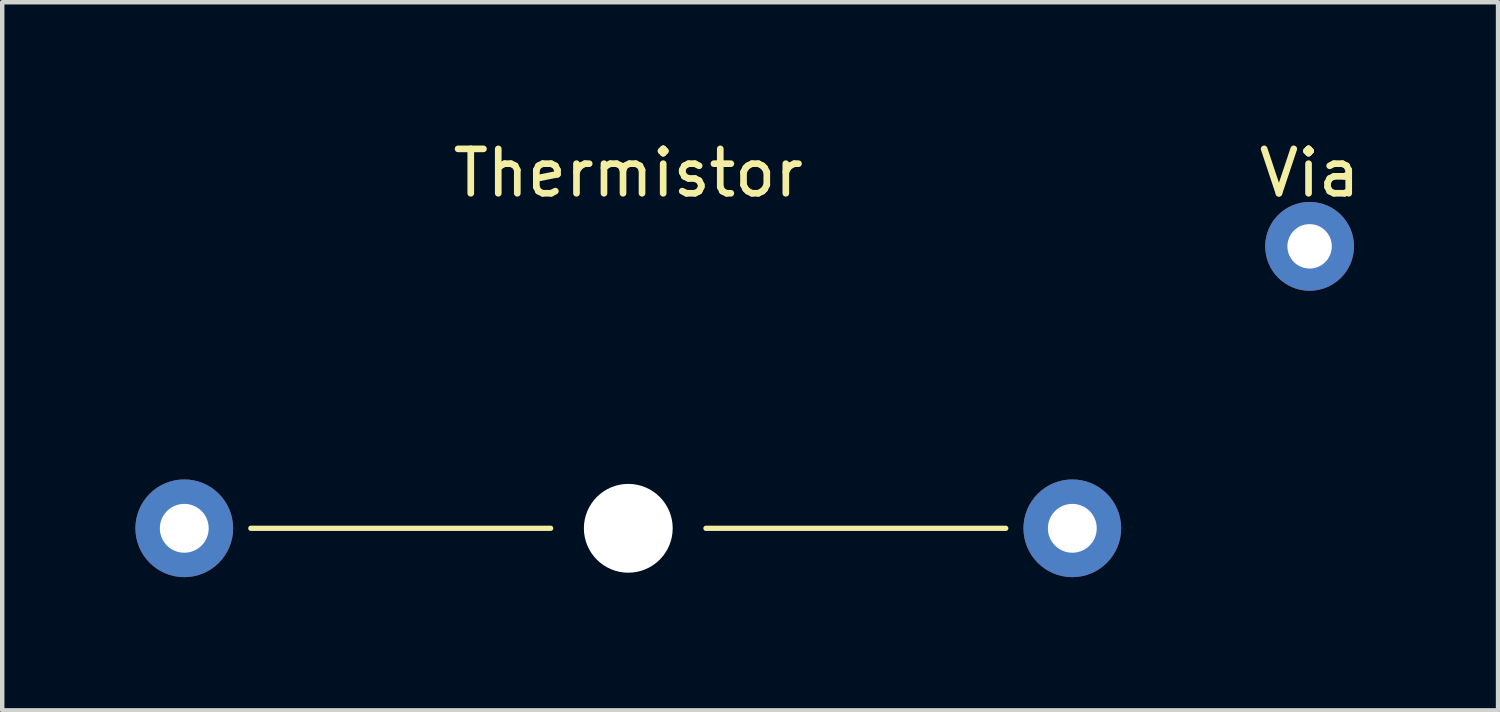
<source format=kicad_pcb>
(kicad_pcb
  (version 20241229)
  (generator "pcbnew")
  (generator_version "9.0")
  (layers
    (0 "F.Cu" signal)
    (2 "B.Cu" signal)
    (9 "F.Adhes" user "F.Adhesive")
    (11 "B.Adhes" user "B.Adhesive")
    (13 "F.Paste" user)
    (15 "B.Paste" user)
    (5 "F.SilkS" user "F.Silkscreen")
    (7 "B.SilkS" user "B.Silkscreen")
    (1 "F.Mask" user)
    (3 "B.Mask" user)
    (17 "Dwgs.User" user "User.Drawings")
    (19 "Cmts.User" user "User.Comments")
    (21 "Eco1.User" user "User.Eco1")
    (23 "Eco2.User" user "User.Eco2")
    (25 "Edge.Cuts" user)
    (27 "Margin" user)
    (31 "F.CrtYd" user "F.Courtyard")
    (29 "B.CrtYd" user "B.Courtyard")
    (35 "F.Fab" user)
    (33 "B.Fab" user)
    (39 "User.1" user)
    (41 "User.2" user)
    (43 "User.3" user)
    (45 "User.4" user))
  (footprint "Via"
    (layer "F.Cu")
    (at 26.444 2.498)
    (property "Reference" "Via" (at 0 -1.65 0) (layer "F.SilkS") (effects (font (size 1 1) (thickness 0.15))))
    (attr through_hole)
    (pad "1" thru_hole circle (at 0 0) (size 2 2) (drill 1) (layers "*.Cu" "*.Mask")))
  (footprint "Thermistor"
    (layer "F.Cu")
    (at 11.1 8.848)
    (property "Reference" "Thermistor" (at 0 -8 0) (layer "F.SilkS") (effects (font (size 1 1) (thickness 0.15))))
    (attr through_hole)
    (fp_line (start -8.5 0) (end -1.75 0) (stroke (width 0.12) (type solid)) (layer "F.SilkS"))
    (fp_line (start 1.75 0) (end 8.5 0) (stroke (width 0.12) (type solid)) (layer "F.SilkS"))
    (pad "" np_thru_hole circle (at 0 0) (size 2 2) (drill 2) (layers "*.Cu" "*.Mask"))
    (pad "1" thru_hole circle (at -10 0) (size 2.2 2.2) (drill 1.1) (layers "*.Cu" "*.Mask"))
    (pad "2" thru_hole circle (at 10 0) (size 2.2 2.2) (drill 1.1) (layers "*.Cu" "*.Mask")))
  (gr_rect
    (start -3 -3)
    (end 30.688 12.948)
    (stroke (width 0.1) (type default))
    (fill no)
    (layer "Edge.Cuts")))
</source>
